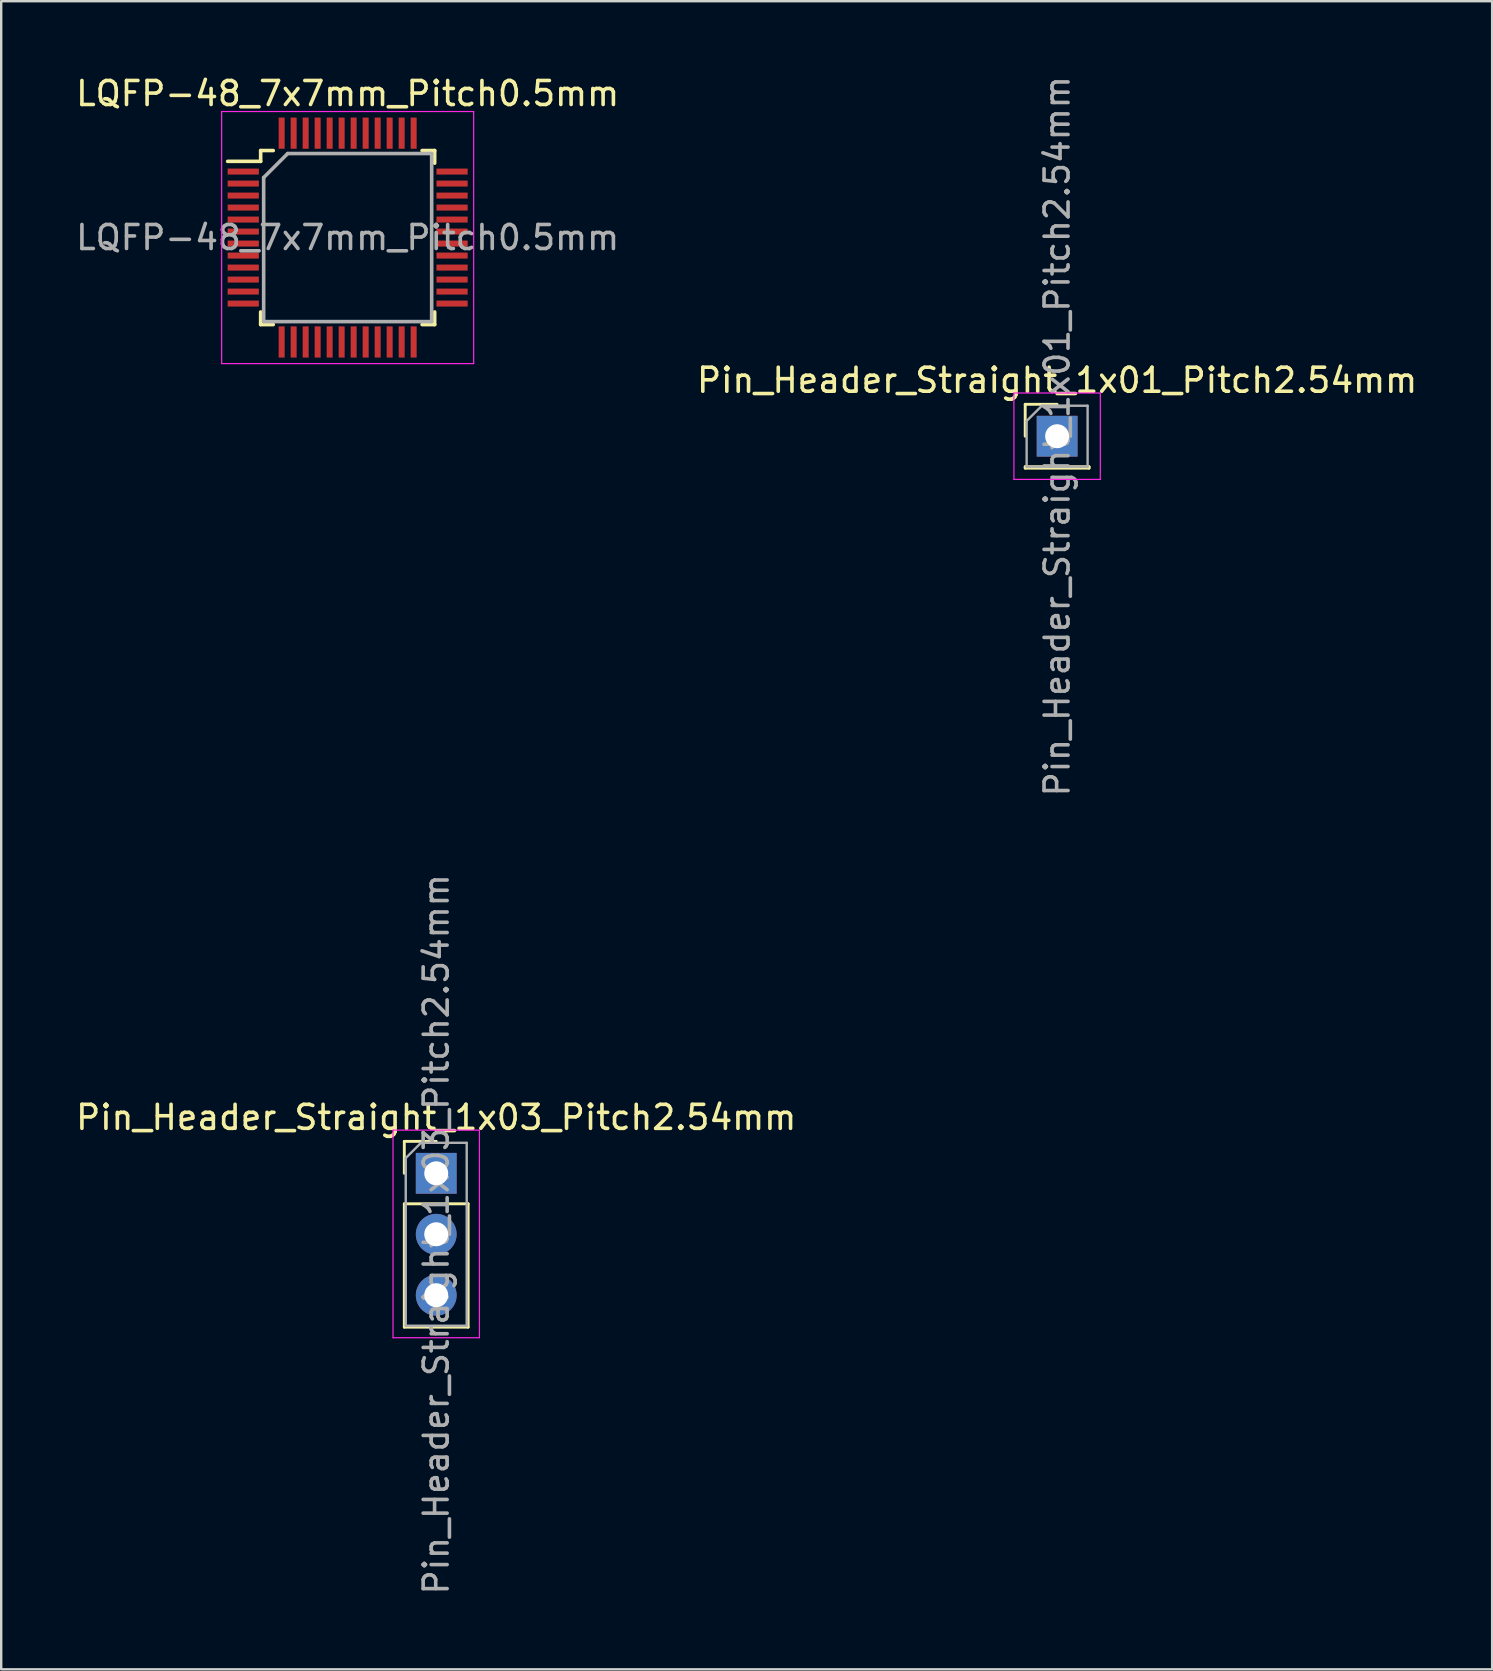
<source format=kicad_pcb>
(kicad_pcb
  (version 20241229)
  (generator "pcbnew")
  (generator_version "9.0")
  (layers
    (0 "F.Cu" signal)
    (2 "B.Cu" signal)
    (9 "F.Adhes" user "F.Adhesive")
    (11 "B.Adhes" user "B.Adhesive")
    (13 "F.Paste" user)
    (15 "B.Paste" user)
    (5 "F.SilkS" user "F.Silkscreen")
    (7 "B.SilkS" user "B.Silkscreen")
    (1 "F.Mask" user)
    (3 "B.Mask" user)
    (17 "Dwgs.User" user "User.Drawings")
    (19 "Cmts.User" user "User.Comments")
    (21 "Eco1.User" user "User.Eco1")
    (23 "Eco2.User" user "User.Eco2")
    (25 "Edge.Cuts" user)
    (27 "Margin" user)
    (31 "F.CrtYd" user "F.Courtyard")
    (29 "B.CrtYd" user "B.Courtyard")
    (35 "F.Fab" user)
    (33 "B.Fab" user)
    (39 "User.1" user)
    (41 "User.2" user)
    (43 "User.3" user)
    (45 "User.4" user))
  (footprint "Pin_Header_Straight_1x03_Pitch2.54mm"
    (layer "F.Cu")
    (at 15.125 45.835)
    (property "Reference" "Pin_Header_Straight_1x03_Pitch2.54mm" (at 0 -2.33 0) (layer "F.SilkS") (effects (font (size 1 1) (thickness 0.15))))
    (attr through_hole)
    (fp_line (start -1.33 -1.33) (end 0 -1.33) (stroke (width 0.12) (type solid)) (layer "F.SilkS"))
    (fp_line (start -1.33 0) (end -1.33 -1.33) (stroke (width 0.12) (type solid)) (layer "F.SilkS"))
    (fp_line (start -1.33 1.27) (end -1.33 6.41) (stroke (width 0.12) (type solid)) (layer "F.SilkS"))
    (fp_line (start -1.33 1.27) (end 1.33 1.27) (stroke (width 0.12) (type solid)) (layer "F.SilkS"))
    (fp_line (start -1.33 6.41) (end 1.33 6.41) (stroke (width 0.12) (type solid)) (layer "F.SilkS"))
    (fp_line (start 1.33 1.27) (end 1.33 6.41) (stroke (width 0.12) (type solid)) (layer "F.SilkS"))
    (fp_line (start -1.8 -1.8) (end -1.8 6.85) (stroke (width 0.05) (type solid)) (layer "F.CrtYd"))
    (fp_line (start -1.8 6.85) (end 1.8 6.85) (stroke (width 0.05) (type solid)) (layer "F.CrtYd"))
    (fp_line (start 1.8 -1.8) (end -1.8 -1.8) (stroke (width 0.05) (type solid)) (layer "F.CrtYd"))
    (fp_line (start 1.8 6.85) (end 1.8 -1.8) (stroke (width 0.05) (type solid)) (layer "F.CrtYd"))
    (fp_line (start -1.27 -0.635) (end -0.635 -1.27) (stroke (width 0.1) (type solid)) (layer "F.Fab"))
    (fp_line (start -1.27 6.35) (end -1.27 -0.635) (stroke (width 0.1) (type solid)) (layer "F.Fab"))
    (fp_line (start -0.635 -1.27) (end 1.27 -1.27) (stroke (width 0.1) (type solid)) (layer "F.Fab"))
    (fp_line (start 1.27 -1.27) (end 1.27 6.35) (stroke (width 0.1) (type solid)) (layer "F.Fab"))
    (fp_line (start 1.27 6.35) (end -1.27 6.35) (stroke (width 0.1) (type solid)) (layer "F.Fab"))
    (fp_text user "${REFERENCE}" (at 0 2.54 270) (layer "F.Fab") (effects (font (size 1 1) (thickness 0.15))))
    (pad "1" thru_hole rect (at 0 0) (size 1.7 1.7) (drill 1) (layers "*.Cu" "*.Mask"))
    (pad "2" thru_hole oval (at 0 2.54) (size 1.7 1.7) (drill 1) (layers "*.Cu" "*.Mask"))
    (pad "3" thru_hole oval (at 0 5.08) (size 1.7 1.7) (drill 1) (layers "*.Cu" "*.Mask")))
  (footprint "Pin_Header_Straight_1x01_Pitch2.54mm"
    (layer "F.Cu")
    (at 40.994 15.125)
    (property "Reference" "Pin_Header_Straight_1x01_Pitch2.54mm" (at 0 -2.33 0) (layer "F.SilkS") (effects (font (size 1 1) (thickness 0.15))))
    (attr through_hole)
    (fp_line (start -1.33 -1.33) (end 0 -1.33) (stroke (width 0.12) (type solid)) (layer "F.SilkS"))
    (fp_line (start -1.33 0) (end -1.33 -1.33) (stroke (width 0.12) (type solid)) (layer "F.SilkS"))
    (fp_line (start -1.33 1.27) (end -1.33 1.33) (stroke (width 0.12) (type solid)) (layer "F.SilkS"))
    (fp_line (start -1.33 1.27) (end 1.33 1.27) (stroke (width 0.12) (type solid)) (layer "F.SilkS"))
    (fp_line (start -1.33 1.33) (end 1.33 1.33) (stroke (width 0.12) (type solid)) (layer "F.SilkS"))
    (fp_line (start 1.33 1.27) (end 1.33 1.33) (stroke (width 0.12) (type solid)) (layer "F.SilkS"))
    (fp_line (start -1.8 -1.8) (end -1.8 1.8) (stroke (width 0.05) (type solid)) (layer "F.CrtYd"))
    (fp_line (start -1.8 1.8) (end 1.8 1.8) (stroke (width 0.05) (type solid)) (layer "F.CrtYd"))
    (fp_line (start 1.8 -1.8) (end -1.8 -1.8) (stroke (width 0.05) (type solid)) (layer "F.CrtYd"))
    (fp_line (start 1.8 1.8) (end 1.8 -1.8) (stroke (width 0.05) (type solid)) (layer "F.CrtYd"))
    (fp_line (start -1.27 -0.635) (end -0.635 -1.27) (stroke (width 0.1) (type solid)) (layer "F.Fab"))
    (fp_line (start -1.27 1.27) (end -1.27 -0.635) (stroke (width 0.1) (type solid)) (layer "F.Fab"))
    (fp_line (start -0.635 -1.27) (end 1.27 -1.27) (stroke (width 0.1) (type solid)) (layer "F.Fab"))
    (fp_line (start 1.27 -1.27) (end 1.27 1.27) (stroke (width 0.1) (type solid)) (layer "F.Fab"))
    (fp_line (start 1.27 1.27) (end -1.27 1.27) (stroke (width 0.1) (type solid)) (layer "F.Fab"))
    (fp_text user "${REFERENCE}" (at 0 0 90) (layer "F.Fab") (effects (font (size 1 1) (thickness 0.15))))
    (pad "1" thru_hole rect (at 0 0) (size 1.7 1.7) (drill 1) (layers "*.Cu" "*.Mask")))
  (footprint "LQFP-48_7x7mm_Pitch0.5mm"
    (layer "F.Cu")
    (at 11.435 6.848)
    (property "Reference" "LQFP-48_7x7mm_Pitch0.5mm" (at 0 -6 0) (layer "F.SilkS") (effects (font (size 1 1) (thickness 0.15))))
    (attr smd)
    (fp_line (start -3.625 -3.625) (end -3.625 -3.175) (stroke (width 0.15) (type solid)) (layer "F.SilkS"))
    (fp_line (start -3.625 -3.625) (end -3.1 -3.625) (stroke (width 0.15) (type solid)) (layer "F.SilkS"))
    (fp_line (start -3.625 -3.175) (end -5 -3.175) (stroke (width 0.15) (type solid)) (layer "F.SilkS"))
    (fp_line (start -3.625 3.625) (end -3.625 3.1) (stroke (width 0.15) (type solid)) (layer "F.SilkS"))
    (fp_line (start -3.625 3.625) (end -3.1 3.625) (stroke (width 0.15) (type solid)) (layer "F.SilkS"))
    (fp_line (start 3.625 -3.625) (end 3.1 -3.625) (stroke (width 0.15) (type solid)) (layer "F.SilkS"))
    (fp_line (start 3.625 -3.625) (end 3.625 -3.1) (stroke (width 0.15) (type solid)) (layer "F.SilkS"))
    (fp_line (start 3.625 3.625) (end 3.1 3.625) (stroke (width 0.15) (type solid)) (layer "F.SilkS"))
    (fp_line (start 3.625 3.625) (end 3.625 3.1) (stroke (width 0.15) (type solid)) (layer "F.SilkS"))
    (fp_line (start -5.25 -5.25) (end -5.25 5.25) (stroke (width 0.05) (type solid)) (layer "F.CrtYd"))
    (fp_line (start -5.25 -5.25) (end 5.25 -5.25) (stroke (width 0.05) (type solid)) (layer "F.CrtYd"))
    (fp_line (start -5.25 5.25) (end 5.25 5.25) (stroke (width 0.05) (type solid)) (layer "F.CrtYd"))
    (fp_line (start 5.25 -5.25) (end 5.25 5.25) (stroke (width 0.05) (type solid)) (layer "F.CrtYd"))
    (fp_line (start -3.5 -2.5) (end -2.5 -3.5) (stroke (width 0.15) (type solid)) (layer "F.Fab"))
    (fp_line (start -3.5 3.5) (end -3.5 -2.5) (stroke (width 0.15) (type solid)) (layer "F.Fab"))
    (fp_line (start -2.5 -3.5) (end 3.5 -3.5) (stroke (width 0.15) (type solid)) (layer "F.Fab"))
    (fp_line (start 3.5 -3.5) (end 3.5 3.5) (stroke (width 0.15) (type solid)) (layer "F.Fab"))
    (fp_line (start 3.5 3.5) (end -3.5 3.5) (stroke (width 0.15) (type solid)) (layer "F.Fab"))
    (fp_text user "${REFERENCE}" (at 0 0 0) (layer "F.Fab") (effects (font (size 1 1) (thickness 0.15))))
    (pad "1" smd rect (at -4.35 -2.75) (size 1.3 0.25) (layers "F.Cu" "F.Mask" "F.Paste"))
    (pad "2" smd rect (at -4.35 -2.25) (size 1.3 0.25) (layers "F.Cu" "F.Mask" "F.Paste"))
    (pad "3" smd rect (at -4.35 -1.75) (size 1.3 0.25) (layers "F.Cu" "F.Mask" "F.Paste"))
    (pad "4" smd rect (at -4.35 -1.25) (size 1.3 0.25) (layers "F.Cu" "F.Mask" "F.Paste"))
    (pad "5" smd rect (at -4.35 -0.75) (size 1.3 0.25) (layers "F.Cu" "F.Mask" "F.Paste"))
    (pad "6" smd rect (at -4.35 -0.25) (size 1.3 0.25) (layers "F.Cu" "F.Mask" "F.Paste"))
    (pad "7" smd rect (at -4.35 0.25) (size 1.3 0.25) (layers "F.Cu" "F.Mask" "F.Paste"))
    (pad "8" smd rect (at -4.35 0.75) (size 1.3 0.25) (layers "F.Cu" "F.Mask" "F.Paste"))
    (pad "9" smd rect (at -4.35 1.25) (size 1.3 0.25) (layers "F.Cu" "F.Mask" "F.Paste"))
    (pad "10" smd rect (at -4.35 1.75) (size 1.3 0.25) (layers "F.Cu" "F.Mask" "F.Paste"))
    (pad "11" smd rect (at -4.35 2.25) (size 1.3 0.25) (layers "F.Cu" "F.Mask" "F.Paste"))
    (pad "12" smd rect (at -4.35 2.75) (size 1.3 0.25) (layers "F.Cu" "F.Mask" "F.Paste"))
    (pad "13" smd rect (at -2.75 4.35 90) (size 1.3 0.25) (layers "F.Cu" "F.Mask" "F.Paste"))
    (pad "14" smd rect (at -2.25 4.35 90) (size 1.3 0.25) (layers "F.Cu" "F.Mask" "F.Paste"))
    (pad "15" smd rect (at -1.75 4.35 90) (size 1.3 0.25) (layers "F.Cu" "F.Mask" "F.Paste"))
    (pad "16" smd rect (at -1.25 4.35 90) (size 1.3 0.25) (layers "F.Cu" "F.Mask" "F.Paste"))
    (pad "17" smd rect (at -0.75 4.35 90) (size 1.3 0.25) (layers "F.Cu" "F.Mask" "F.Paste"))
    (pad "18" smd rect (at -0.25 4.35 90) (size 1.3 0.25) (layers "F.Cu" "F.Mask" "F.Paste"))
    (pad "19" smd rect (at 0.25 4.35 90) (size 1.3 0.25) (layers "F.Cu" "F.Mask" "F.Paste"))
    (pad "20" smd rect (at 0.75 4.35 90) (size 1.3 0.25) (layers "F.Cu" "F.Mask" "F.Paste"))
    (pad "21" smd rect (at 1.25 4.35 90) (size 1.3 0.25) (layers "F.Cu" "F.Mask" "F.Paste"))
    (pad "22" smd rect (at 1.75 4.35 90) (size 1.3 0.25) (layers "F.Cu" "F.Mask" "F.Paste"))
    (pad "23" smd rect (at 2.25 4.35 90) (size 1.3 0.25) (layers "F.Cu" "F.Mask" "F.Paste"))
    (pad "24" smd rect (at 2.75 4.35 90) (size 1.3 0.25) (layers "F.Cu" "F.Mask" "F.Paste"))
    (pad "25" smd rect (at 4.35 2.75) (size 1.3 0.25) (layers "F.Cu" "F.Mask" "F.Paste"))
    (pad "26" smd rect (at 4.35 2.25) (size 1.3 0.25) (layers "F.Cu" "F.Mask" "F.Paste"))
    (pad "27" smd rect (at 4.35 1.75) (size 1.3 0.25) (layers "F.Cu" "F.Mask" "F.Paste"))
    (pad "28" smd rect (at 4.35 1.25) (size 1.3 0.25) (layers "F.Cu" "F.Mask" "F.Paste"))
    (pad "29" smd rect (at 4.35 0.75) (size 1.3 0.25) (layers "F.Cu" "F.Mask" "F.Paste"))
    (pad "30" smd rect (at 4.35 0.25) (size 1.3 0.25) (layers "F.Cu" "F.Mask" "F.Paste"))
    (pad "31" smd rect (at 4.35 -0.25) (size 1.3 0.25) (layers "F.Cu" "F.Mask" "F.Paste"))
    (pad "32" smd rect (at 4.35 -0.75) (size 1.3 0.25) (layers "F.Cu" "F.Mask" "F.Paste"))
    (pad "33" smd rect (at 4.35 -1.25) (size 1.3 0.25) (layers "F.Cu" "F.Mask" "F.Paste"))
    (pad "34" smd rect (at 4.35 -1.75) (size 1.3 0.25) (layers "F.Cu" "F.Mask" "F.Paste"))
    (pad "35" smd rect (at 4.35 -2.25) (size 1.3 0.25) (layers "F.Cu" "F.Mask" "F.Paste"))
    (pad "36" smd rect (at 4.35 -2.75) (size 1.3 0.25) (layers "F.Cu" "F.Mask" "F.Paste"))
    (pad "37" smd rect (at 2.75 -4.35 90) (size 1.3 0.25) (layers "F.Cu" "F.Mask" "F.Paste"))
    (pad "38" smd rect (at 2.25 -4.35 90) (size 1.3 0.25) (layers "F.Cu" "F.Mask" "F.Paste"))
    (pad "39" smd rect (at 1.75 -4.35 90) (size 1.3 0.25) (layers "F.Cu" "F.Mask" "F.Paste"))
    (pad "40" smd rect (at 1.25 -4.35 90) (size 1.3 0.25) (layers "F.Cu" "F.Mask" "F.Paste"))
    (pad "41" smd rect (at 0.75 -4.35 90) (size 1.3 0.25) (layers "F.Cu" "F.Mask" "F.Paste"))
    (pad "42" smd rect (at 0.25 -4.35 90) (size 1.3 0.25) (layers "F.Cu" "F.Mask" "F.Paste"))
    (pad "43" smd rect (at -0.25 -4.35 90) (size 1.3 0.25) (layers "F.Cu" "F.Mask" "F.Paste"))
    (pad "44" smd rect (at -0.75 -4.35 90) (size 1.3 0.25) (layers "F.Cu" "F.Mask" "F.Paste"))
    (pad "45" smd rect (at -1.25 -4.35 90) (size 1.3 0.25) (layers "F.Cu" "F.Mask" "F.Paste"))
    (pad "46" smd rect (at -1.75 -4.35 90) (size 1.3 0.25) (layers "F.Cu" "F.Mask" "F.Paste"))
    (pad "47" smd rect (at -2.25 -4.35 90) (size 1.3 0.25) (layers "F.Cu" "F.Mask" "F.Paste"))
    (pad "48" smd rect (at -2.75 -4.35 90) (size 1.3 0.25) (layers "F.Cu" "F.Mask" "F.Paste")))
  (gr_rect
    (start -3 -3)
    (end 59.119 66.5)
    (stroke (width 0.1) (type default))
    (fill no)
    (layer "Edge.Cuts")))
</source>
